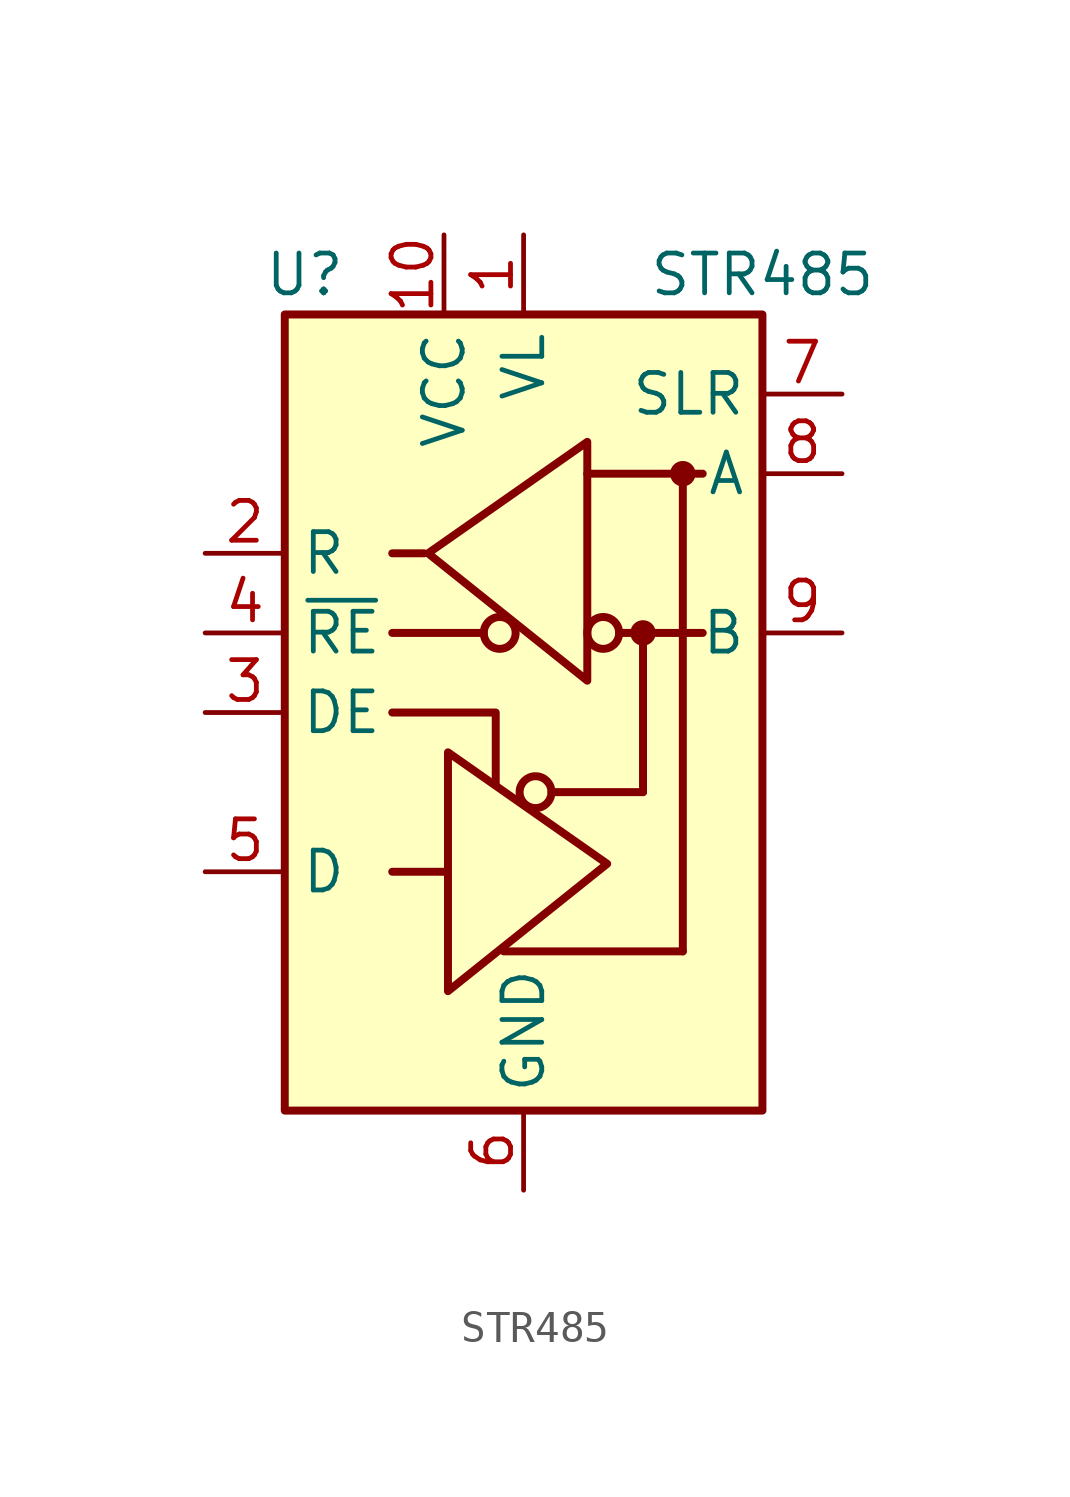
<source format=kicad_sym>
(kicad_symbol_lib
  (version 20241209)
  (generator "kicad_symbol_editor")
  (generator_version "9.0")
  (symbol "STR485"
    (property "Reference" "U"
      (at -6.985 13.97 0)
      (effects (font (size 1.27 1.27))))
    (property "Value" "STR485"
      (at 7.62 13.97 0)
      (effects (font (size 1.27 1.27))))
    (symbol "STR485_0_1"
      (rectangle (start -7.62 12.7) (end 7.62 -12.7) (stroke (width 0.254) (type default)) (fill (type background))))
    (symbol "STR485_1_1"
      (polyline (pts (xy -4.191 2.54) (xy -1.27 2.54)) (stroke (width 0.254) (type default)) (fill (type none)))
      (polyline (pts (xy -4.191 0) (xy -0.889 0) (xy -0.889 -2.286)) (stroke (width 0.254) (type default)) (fill (type none)))
      (polyline (pts (xy -3.175 5.08) (xy -4.191 5.08) (xy -4.064 5.08)) (stroke (width 0.254) (type default)) (fill (type none)))
      (polyline (pts (xy -2.54 -5.08) (xy -4.191 -5.08)) (stroke (width 0.254) (type default)) (fill (type none)))
      (polyline (pts (xy -2.413 -5.08) (xy -2.413 -1.27) (xy 2.667 -4.826) (xy -2.413 -8.89) (xy -2.413 -5.08)) (stroke (width 0.254) (type default)) (fill (type none)))
      (circle (center -0.762 2.54) (radius 0.508) (stroke (width 0.254) (type default)) (fill (type none)))
      (polyline (pts (xy -0.635 -7.62) (xy 5.08 -7.62)) (stroke (width 0.254) (type default)) (fill (type none)))
      (circle (center 0.381 -2.54) (radius 0.508) (stroke (width 0.254) (type default)) (fill (type none)))
      (polyline (pts (xy 0.889 -2.54) (xy 3.81 -2.54)) (stroke (width 0.254) (type default)) (fill (type none)))
      (polyline (pts (xy 2.032 7.62) (xy 5.715 7.62)) (stroke (width 0.254) (type default)) (fill (type none)))
      (polyline (pts (xy 2.032 4.826) (xy 2.032 8.636) (xy -3.048 5.08) (xy 2.032 1.016) (xy 2.032 4.826)) (stroke (width 0.254) (type default)) (fill (type none)))
      (circle (center 2.54 2.54) (radius 0.508) (stroke (width 0.254) (type default)) (fill (type none)))
      (polyline (pts (xy 3.048 2.54) (xy 5.715 2.54)) (stroke (width 0.254) (type default)) (fill (type none)))
      (circle (center 3.81 2.54) (radius 0.279) (stroke (width 0.254) (type default)) (fill (type outline)))
      (polyline (pts (xy 3.81 -2.54) (xy 3.81 2.54)) (stroke (width 0.254) (type default)) (fill (type none)))
      (circle (center 5.08 7.62) (radius 0.279) (stroke (width 0.254) (type default)) (fill (type outline)))
      (polyline (pts (xy 5.08 -7.62) (xy 5.08 7.62)) (stroke (width 0.254) (type default)) (fill (type none)))
      (pin output line (at -10.16 5.08 0) (length 2.54) (name "R" (effects (font (size 1.27 1.27)))) (number "2" (effects (font (size 1.27 1.27)))))
      (pin input line (at -10.16 2.54 0) (length 2.54) (name "~{RE}" (effects (font (size 1.27 1.27)))) (number "4" (effects (font (size 1.27 1.27)))))
      (pin input line (at -10.16 0 0) (length 2.54) (name "DE" (effects (font (size 1.27 1.27)))) (number "3" (effects (font (size 1.27 1.27)))))
      (pin input line (at -10.16 -5.08 0) (length 2.54) (name "D" (effects (font (size 1.27 1.27)))) (number "5" (effects (font (size 1.27 1.27)))))
      (pin power_in line (at -2.54 15.24 270) (length 2.54) (name "VCC" (effects (font (size 1.27 1.27)))) (number "10" (effects (font (size 1.27 1.27)))))
      (pin power_in line (at 0 15.24 270) (length 2.54) (name "VL" (effects (font (size 1.27 1.27)))) (number "1" (effects (font (size 1.27 1.27)))))
      (pin passive line (at 0 -15.24 90) (length 2.54) (hide yes) (name "GND" (effects (font (size 1.27 1.27)))) (number "11" (effects (font (size 1.27 1.27)))))
      (pin power_in line (at 0 -15.24 90) (length 2.54) (name "GND" (effects (font (size 1.27 1.27)))) (number "6" (effects (font (size 1.27 1.27)))))
      (pin input line (at 10.16 10.16 180) (length 2.54) (name "SLR" (effects (font (size 1.27 1.27)))) (number "7" (effects (font (size 1.27 1.27)))))
      (pin bidirectional line (at 10.16 7.62 180) (length 2.54) (name "A" (effects (font (size 1.27 1.27)))) (number "8" (effects (font (size 1.27 1.27)))))
      (pin bidirectional line (at 10.16 2.54 180) (length 2.54) (name "B" (effects (font (size 1.27 1.27)))) (number "9" (effects (font (size 1.27 1.27))))))))
</source>
